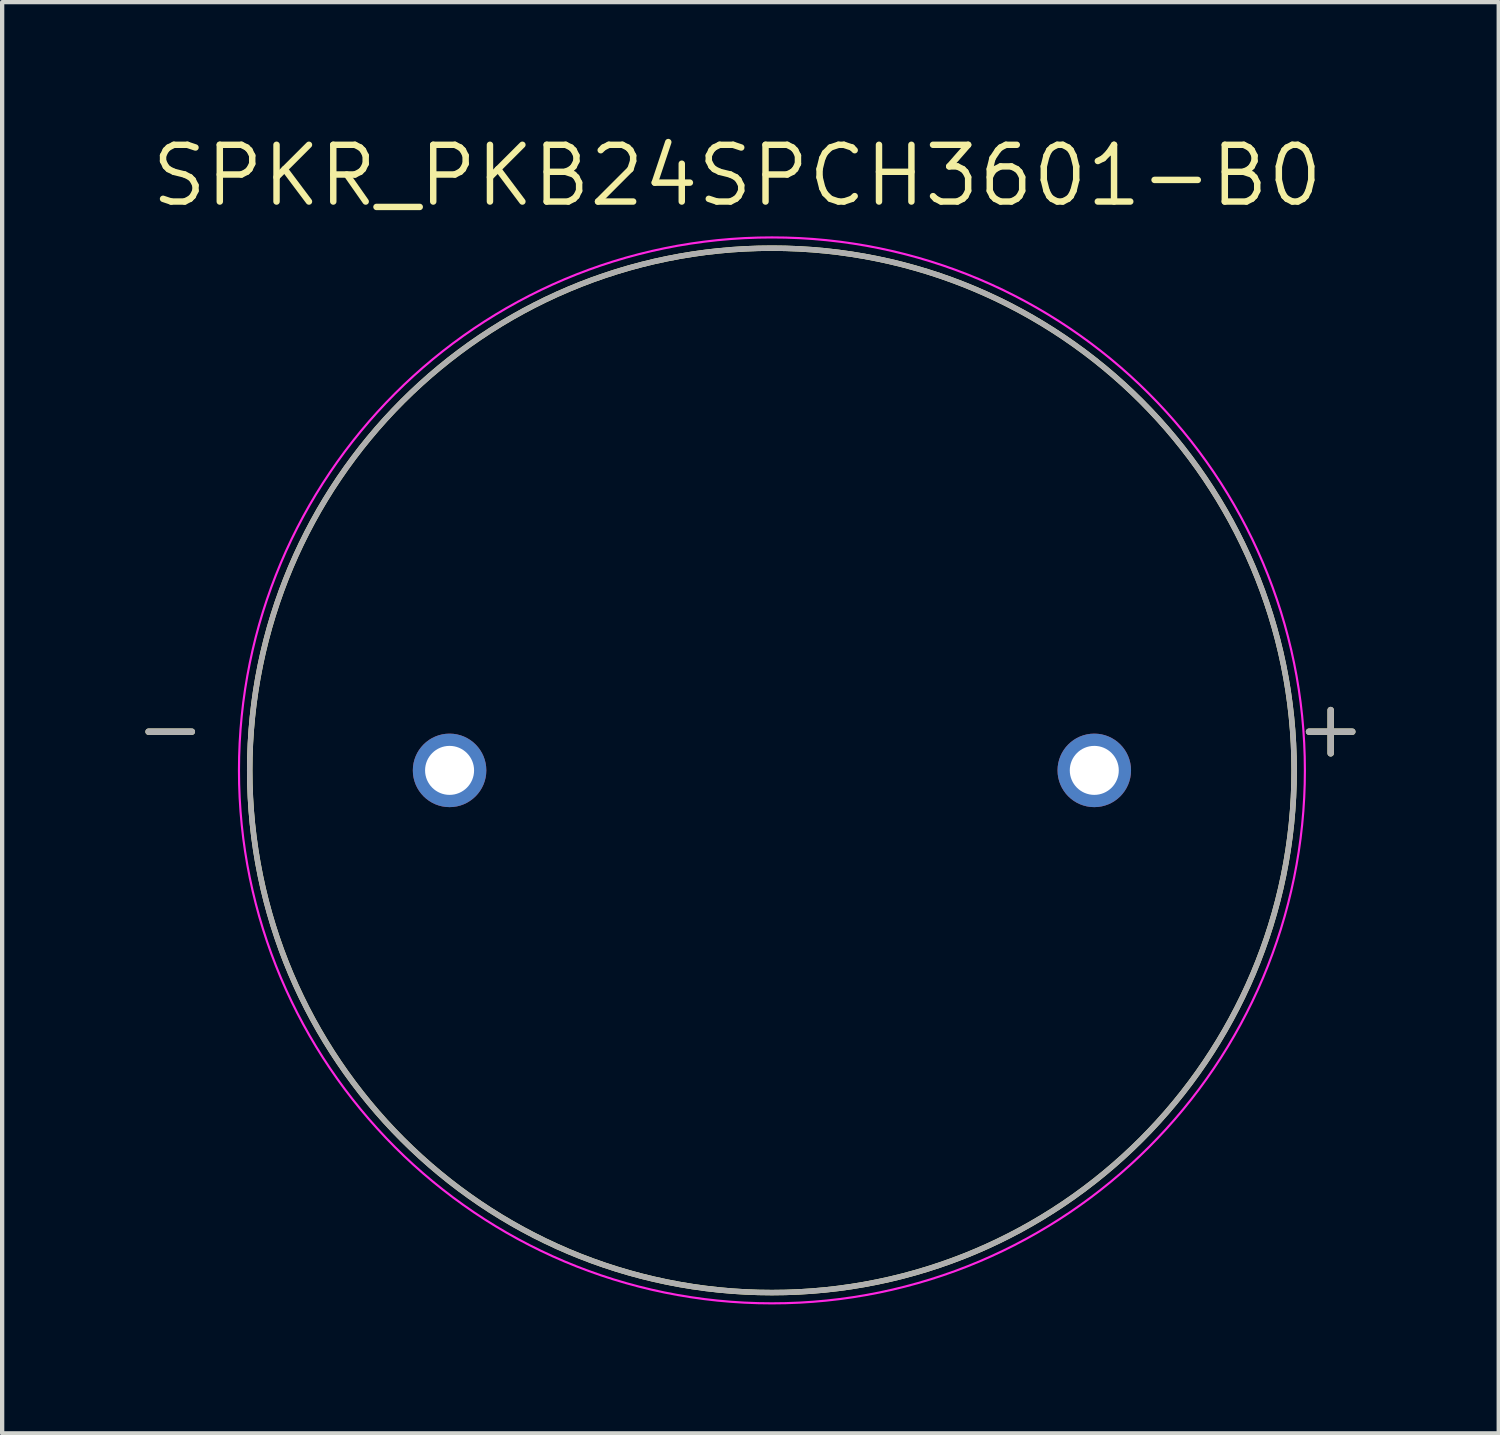
<source format=kicad_pcb>
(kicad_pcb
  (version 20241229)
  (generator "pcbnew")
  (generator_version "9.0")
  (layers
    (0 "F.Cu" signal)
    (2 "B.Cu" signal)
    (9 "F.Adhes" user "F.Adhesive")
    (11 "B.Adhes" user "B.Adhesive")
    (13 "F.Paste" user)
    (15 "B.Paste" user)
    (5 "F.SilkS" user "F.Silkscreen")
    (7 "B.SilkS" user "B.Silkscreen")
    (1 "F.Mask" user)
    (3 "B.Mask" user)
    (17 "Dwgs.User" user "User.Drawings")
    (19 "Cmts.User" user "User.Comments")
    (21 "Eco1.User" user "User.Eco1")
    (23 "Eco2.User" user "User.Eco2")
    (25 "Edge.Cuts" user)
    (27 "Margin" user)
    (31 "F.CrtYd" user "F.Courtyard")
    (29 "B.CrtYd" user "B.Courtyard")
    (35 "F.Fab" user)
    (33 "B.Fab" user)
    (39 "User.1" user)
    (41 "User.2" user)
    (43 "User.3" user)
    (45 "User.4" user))
  (footprint "SPKR_PKB24SPCH3601-B0"
    (layer "F.Cu")
    (at 14.91 14.874)
    (property "Reference" "SPKR_PKB24SPCH3601-B0" (at -0.809 -13.838 0) (layer "F.SilkS") (effects (font (size 1.32 1.32) (thickness 0.15))))
    (attr through_hole)
    (fp_circle (center 0 0) (end 12.15 0) (stroke (width 0.127) (type solid)) (fill no) (layer "F.SilkS"))
    (fp_circle (center 0 0) (end 12.4 0) (stroke (width 0.05) (type solid)) (fill no) (layer "F.CrtYd"))
    (fp_circle (center 0 0) (end 12.15 0) (stroke (width 0.127) (type solid)) (fill no) (layer "F.Fab"))
    (fp_text user "-" (at -14 -1 0) (layer "F.SilkS") (effects (font (size 1.32 1.32) (thickness 0.15))))
    (fp_text user "+" (at 13 -1 0) (layer "F.SilkS") (effects (font (size 1.32 1.32) (thickness 0.15))))
    (fp_text user "-" (at -14 -1 0) (layer "F.Fab") (effects (font (size 1.32 1.32) (thickness 0.15))))
    (fp_text user "+" (at 13 -1 0) (layer "F.Fab") (effects (font (size 1.32 1.32) (thickness 0.15))))
    (pad "N" thru_hole circle (at -7.5 0) (size 1.71 1.71) (drill 1.14) (layers "*.Cu" "*.Mask"))
    (pad "P" thru_hole circle (at 7.5 0) (size 1.71 1.71) (drill 1.14) (layers "*.Cu" "*.Mask")))
  (gr_rect
    (start -3 -3)
    (end 31.82 30.299)
    (stroke (width 0.1) (type default))
    (fill no)
    (layer "Edge.Cuts")))
</source>
